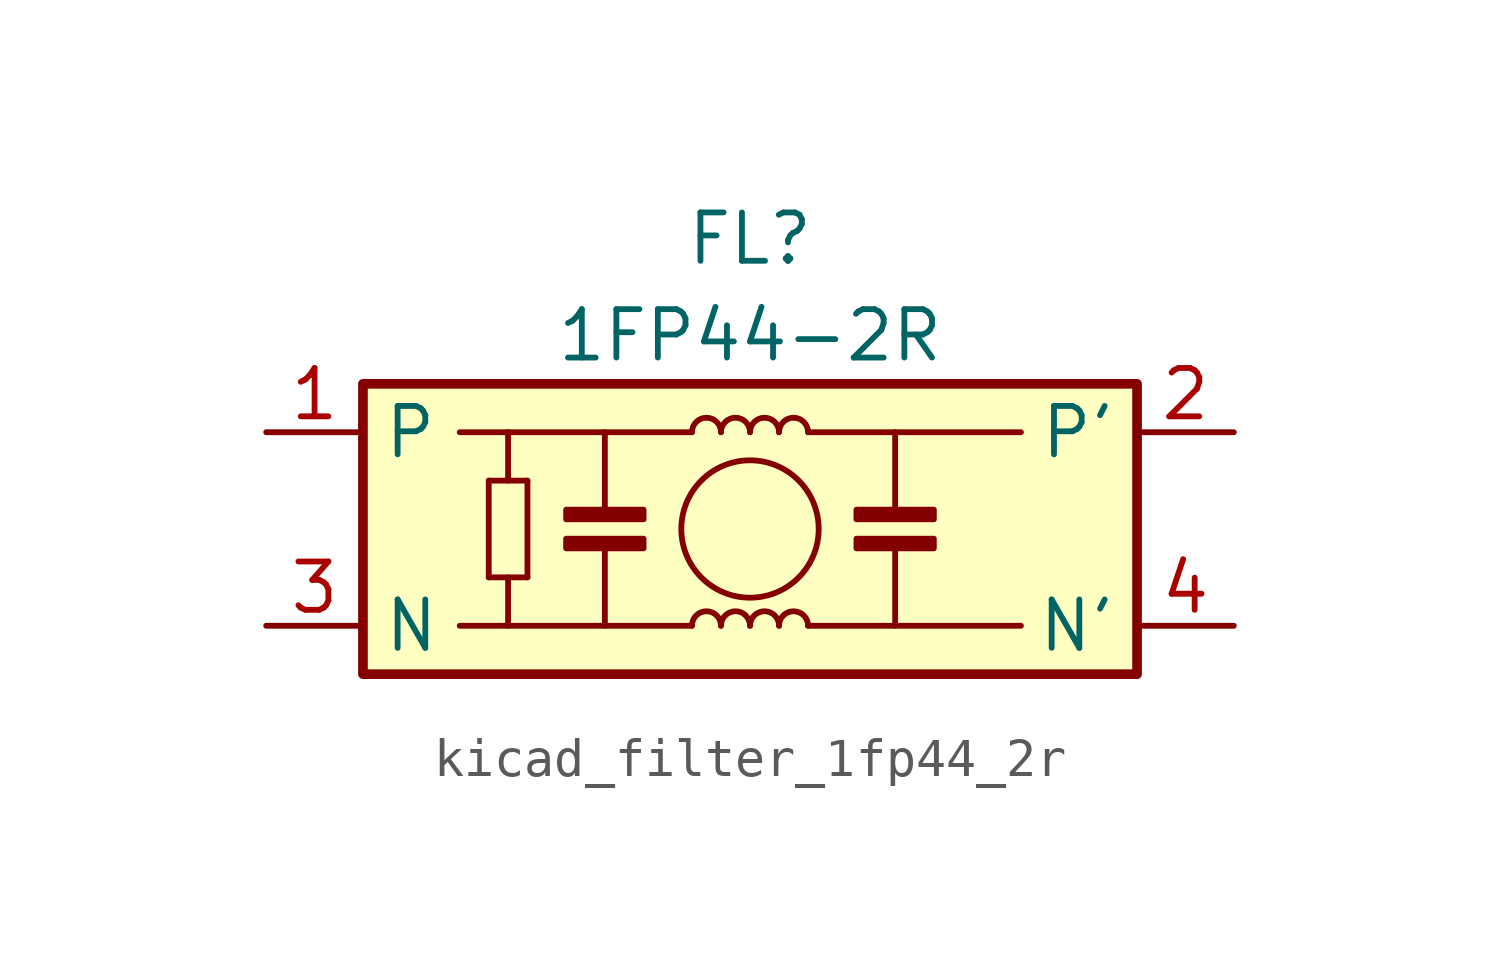
<source format=kicad_sym>
(kicad_symbol_lib
  (version 20220914)
  (generator kicad_symbol_editor)
  (symbol "kicad_filter_1fp44_2r"
    (property "Reference" "FL"
      (at 0 7.62 0)
      (effects (font (size 1.27 1.27))))
    (property "Value" "1FP44-2R"
      (at 0 5.08 0)
      (effects (font (size 1.27 1.27))))
    (symbol "kicad_filter_1fp44_2r_1_1"
      (rectangle (start -10.16 3.81) (end 10.16 -3.81) (stroke (width 0.254) (type default)) (fill (type background)))
      (rectangle (start -4.826 -0.254) (end -2.794 -0.508) (stroke (width 0) (type default)) (fill (type outline)))
      (rectangle (start -4.826 0.254) (end -2.794 0.508) (stroke (width 0) (type default)) (fill (type outline)))
      (arc (start -0.762 -2.54) (mid -1.143 -2.1606) (end -1.524 -2.54) (stroke (width 0) (type default)) (fill (type none)))
      (arc (start -0.762 2.54) (mid -1.143 2.9194) (end -1.524 2.54) (stroke (width 0) (type default)) (fill (type none)))
      (arc (start 0 -2.54) (mid -0.381 -2.1606) (end -0.762 -2.54) (stroke (width 0) (type default)) (fill (type none)))
      (polyline (pts (xy -6.858 -1.27) (xy -6.858 1.27)) (stroke (width 0) (type default)) (fill (type none)))
      (polyline (pts (xy -6.858 -1.27) (xy -5.842 -1.27)) (stroke (width 0) (type default)) (fill (type none)))
      (polyline (pts (xy -6.858 1.27) (xy -5.842 1.27)) (stroke (width 0) (type default)) (fill (type none)))
      (polyline (pts (xy -6.35 -1.27) (xy -6.35 -2.54)) (stroke (width 0) (type default)) (fill (type none)))
      (polyline (pts (xy -6.35 1.27) (xy -6.35 2.54)) (stroke (width 0) (type default)) (fill (type none)))
      (polyline (pts (xy -5.842 -1.27) (xy -5.842 1.27)) (stroke (width 0) (type default)) (fill (type none)))
      (polyline (pts (xy -3.81 -0.508) (xy -3.81 -2.54)) (stroke (width 0) (type default)) (fill (type none)))
      (polyline (pts (xy -3.81 0.508) (xy -3.81 2.54)) (stroke (width 0) (type default)) (fill (type none)))
      (polyline (pts (xy -1.524 -2.54) (xy -7.62 -2.54)) (stroke (width 0) (type default)) (fill (type none)))
      (polyline (pts (xy -1.524 2.54) (xy -7.62 2.54)) (stroke (width 0) (type default)) (fill (type none)))
      (polyline (pts (xy 1.524 -2.54) (xy 7.112 -2.54)) (stroke (width 0) (type default)) (fill (type none)))
      (polyline (pts (xy 3.81 -0.508) (xy 3.81 -2.54)) (stroke (width 0) (type default)) (fill (type none)))
      (polyline (pts (xy 3.81 0.508) (xy 3.81 2.54)) (stroke (width 0) (type default)) (fill (type none)))
      (polyline (pts (xy 7.112 2.54) (xy 1.524 2.54)) (stroke (width 0) (type default)) (fill (type none)))
      (circle (center 0 0) (radius 1.803) (stroke (width 0) (type default)) (fill (type none)))
      (arc (start 0 2.54) (mid -0.381 2.9194) (end -0.762 2.54) (stroke (width 0) (type default)) (fill (type none)))
      (arc (start 0.762 -2.54) (mid 0.381 -2.1606) (end 0 -2.54) (stroke (width 0) (type default)) (fill (type none)))
      (arc (start 0.762 2.54) (mid 0.381 2.9194) (end 0 2.54) (stroke (width 0) (type default)) (fill (type none)))
      (arc (start 1.524 -2.54) (mid 1.143 -2.1606) (end 0.762 -2.54) (stroke (width 0) (type default)) (fill (type none)))
      (arc (start 1.524 2.54) (mid 1.143 2.9194) (end 0.762 2.54) (stroke (width 0) (type default)) (fill (type none)))
      (rectangle (start 2.794 -0.254) (end 4.826 -0.508) (stroke (width 0) (type default)) (fill (type outline)))
      (rectangle (start 2.794 0.254) (end 4.826 0.508) (stroke (width 0) (type default)) (fill (type outline)))
      (pin passive line (at -12.7 2.54 0) (length 2.54) (name "P" (effects (font (size 1.27 1.27)))) (number "1" (effects (font (size 1.27 1.27)))))
      (pin passive line (at 12.7 2.54 180) (length 2.54) (name "P'" (effects (font (size 1.27 1.27)))) (number "2" (effects (font (size 1.27 1.27)))))
      (pin passive line (at -12.7 -2.54 0) (length 2.54) (name "N" (effects (font (size 1.27 1.27)))) (number "3" (effects (font (size 1.27 1.27)))))
      (pin passive line (at 12.7 -2.54 180) (length 2.54) (name "N'" (effects (font (size 1.27 1.27)))) (number "4" (effects (font (size 1.27 1.27))))))))
</source>
